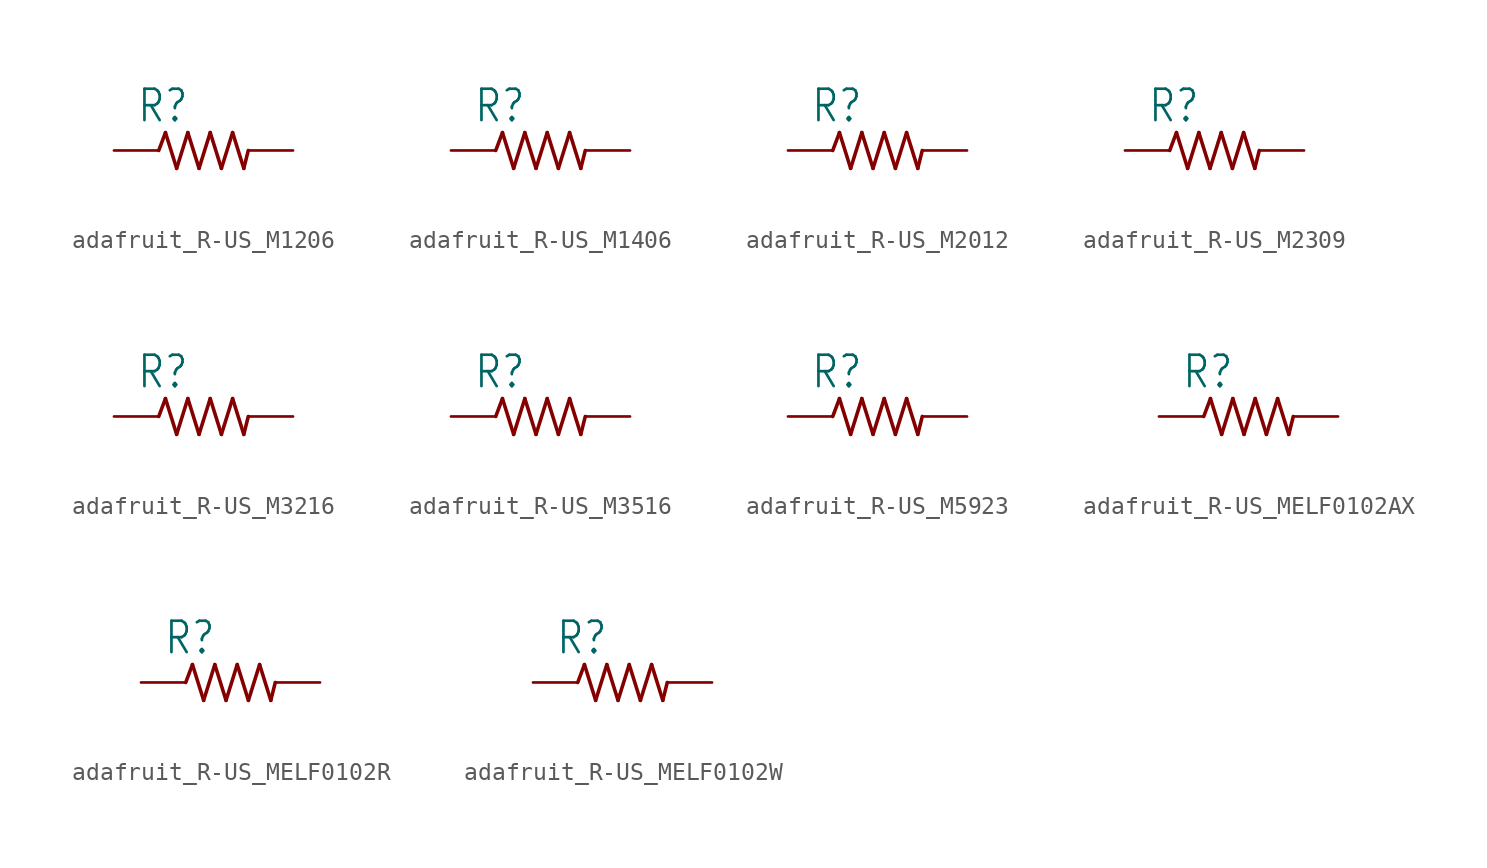
<source format=kicad_sym>
(kicad_symbol_lib
  (version 20220914)
  (generator kicad_symbol_editor)
  (symbol "adafruit_R-US_M1206"
    (property "Reference" "R"
      (at -3.81 1.499 0)
      (effects (font (size 1.778 1.511)) (justify left bottom)))
    (property "Value" ""
      (at -3.81 -3.302 0)
      (effects (font (size 1.778 1.511)) (justify left bottom)))
    (property "ki_locked" ""
      (at 0 0 0)
      (effects (font (size 1.27 1.27))))
    (symbol "adafruit_R-US_M1206_1_0"
      (polyline (pts (xy -2.54 0) (xy -2.159 1.016)) (stroke (width 0.203) (type solid)) (fill (type none)))
      (polyline (pts (xy -2.159 1.016) (xy -1.524 -1.016)) (stroke (width 0.203) (type solid)) (fill (type none)))
      (polyline (pts (xy -1.524 -1.016) (xy -0.889 1.016)) (stroke (width 0.203) (type solid)) (fill (type none)))
      (polyline (pts (xy -0.889 1.016) (xy -0.254 -1.016)) (stroke (width 0.203) (type solid)) (fill (type none)))
      (polyline (pts (xy -0.254 -1.016) (xy 0.381 1.016)) (stroke (width 0.203) (type solid)) (fill (type none)))
      (polyline (pts (xy 0.381 1.016) (xy 1.016 -1.016)) (stroke (width 0.203) (type solid)) (fill (type none)))
      (polyline (pts (xy 1.016 -1.016) (xy 1.651 1.016)) (stroke (width 0.203) (type solid)) (fill (type none)))
      (polyline (pts (xy 1.651 1.016) (xy 2.286 -1.016)) (stroke (width 0.203) (type solid)) (fill (type none)))
      (polyline (pts (xy 2.286 -1.016) (xy 2.54 0)) (stroke (width 0.203) (type solid)) (fill (type none)))
      (pin passive line (at -5.08 0 0) (length 2.54) (name "1" (effects (font (size 0 0)))) (number "1" (effects (font (size 0 0)))))
      (pin passive line (at 5.08 0 180) (length 2.54) (name "2" (effects (font (size 0 0)))) (number "2" (effects (font (size 0 0)))))))
  (symbol "adafruit_R-US_M1406"
    (property "Reference" "R"
      (at -3.81 1.499 0)
      (effects (font (size 1.778 1.511)) (justify left bottom)))
    (property "Value" ""
      (at -3.81 -3.302 0)
      (effects (font (size 1.778 1.511)) (justify left bottom)))
    (property "ki_locked" ""
      (at 0 0 0)
      (effects (font (size 1.27 1.27))))
    (symbol "adafruit_R-US_M1406_1_0"
      (polyline (pts (xy -2.54 0) (xy -2.159 1.016)) (stroke (width 0.203) (type solid)) (fill (type none)))
      (polyline (pts (xy -2.159 1.016) (xy -1.524 -1.016)) (stroke (width 0.203) (type solid)) (fill (type none)))
      (polyline (pts (xy -1.524 -1.016) (xy -0.889 1.016)) (stroke (width 0.203) (type solid)) (fill (type none)))
      (polyline (pts (xy -0.889 1.016) (xy -0.254 -1.016)) (stroke (width 0.203) (type solid)) (fill (type none)))
      (polyline (pts (xy -0.254 -1.016) (xy 0.381 1.016)) (stroke (width 0.203) (type solid)) (fill (type none)))
      (polyline (pts (xy 0.381 1.016) (xy 1.016 -1.016)) (stroke (width 0.203) (type solid)) (fill (type none)))
      (polyline (pts (xy 1.016 -1.016) (xy 1.651 1.016)) (stroke (width 0.203) (type solid)) (fill (type none)))
      (polyline (pts (xy 1.651 1.016) (xy 2.286 -1.016)) (stroke (width 0.203) (type solid)) (fill (type none)))
      (polyline (pts (xy 2.286 -1.016) (xy 2.54 0)) (stroke (width 0.203) (type solid)) (fill (type none)))
      (pin passive line (at -5.08 0 0) (length 2.54) (name "1" (effects (font (size 0 0)))) (number "1" (effects (font (size 0 0)))))
      (pin passive line (at 5.08 0 180) (length 2.54) (name "2" (effects (font (size 0 0)))) (number "2" (effects (font (size 0 0)))))))
  (symbol "adafruit_R-US_M2012"
    (property "Reference" "R"
      (at -3.81 1.499 0)
      (effects (font (size 1.778 1.511)) (justify left bottom)))
    (property "Value" ""
      (at -3.81 -3.302 0)
      (effects (font (size 1.778 1.511)) (justify left bottom)))
    (property "ki_locked" ""
      (at 0 0 0)
      (effects (font (size 1.27 1.27))))
    (symbol "adafruit_R-US_M2012_1_0"
      (polyline (pts (xy -2.54 0) (xy -2.159 1.016)) (stroke (width 0.203) (type solid)) (fill (type none)))
      (polyline (pts (xy -2.159 1.016) (xy -1.524 -1.016)) (stroke (width 0.203) (type solid)) (fill (type none)))
      (polyline (pts (xy -1.524 -1.016) (xy -0.889 1.016)) (stroke (width 0.203) (type solid)) (fill (type none)))
      (polyline (pts (xy -0.889 1.016) (xy -0.254 -1.016)) (stroke (width 0.203) (type solid)) (fill (type none)))
      (polyline (pts (xy -0.254 -1.016) (xy 0.381 1.016)) (stroke (width 0.203) (type solid)) (fill (type none)))
      (polyline (pts (xy 0.381 1.016) (xy 1.016 -1.016)) (stroke (width 0.203) (type solid)) (fill (type none)))
      (polyline (pts (xy 1.016 -1.016) (xy 1.651 1.016)) (stroke (width 0.203) (type solid)) (fill (type none)))
      (polyline (pts (xy 1.651 1.016) (xy 2.286 -1.016)) (stroke (width 0.203) (type solid)) (fill (type none)))
      (polyline (pts (xy 2.286 -1.016) (xy 2.54 0)) (stroke (width 0.203) (type solid)) (fill (type none)))
      (pin passive line (at -5.08 0 0) (length 2.54) (name "1" (effects (font (size 0 0)))) (number "1" (effects (font (size 0 0)))))
      (pin passive line (at 5.08 0 180) (length 2.54) (name "2" (effects (font (size 0 0)))) (number "2" (effects (font (size 0 0)))))))
  (symbol "adafruit_R-US_M2309"
    (property "Reference" "R"
      (at -3.81 1.499 0)
      (effects (font (size 1.778 1.511)) (justify left bottom)))
    (property "Value" ""
      (at -3.81 -3.302 0)
      (effects (font (size 1.778 1.511)) (justify left bottom)))
    (property "ki_locked" ""
      (at 0 0 0)
      (effects (font (size 1.27 1.27))))
    (symbol "adafruit_R-US_M2309_1_0"
      (polyline (pts (xy -2.54 0) (xy -2.159 1.016)) (stroke (width 0.203) (type solid)) (fill (type none)))
      (polyline (pts (xy -2.159 1.016) (xy -1.524 -1.016)) (stroke (width 0.203) (type solid)) (fill (type none)))
      (polyline (pts (xy -1.524 -1.016) (xy -0.889 1.016)) (stroke (width 0.203) (type solid)) (fill (type none)))
      (polyline (pts (xy -0.889 1.016) (xy -0.254 -1.016)) (stroke (width 0.203) (type solid)) (fill (type none)))
      (polyline (pts (xy -0.254 -1.016) (xy 0.381 1.016)) (stroke (width 0.203) (type solid)) (fill (type none)))
      (polyline (pts (xy 0.381 1.016) (xy 1.016 -1.016)) (stroke (width 0.203) (type solid)) (fill (type none)))
      (polyline (pts (xy 1.016 -1.016) (xy 1.651 1.016)) (stroke (width 0.203) (type solid)) (fill (type none)))
      (polyline (pts (xy 1.651 1.016) (xy 2.286 -1.016)) (stroke (width 0.203) (type solid)) (fill (type none)))
      (polyline (pts (xy 2.286 -1.016) (xy 2.54 0)) (stroke (width 0.203) (type solid)) (fill (type none)))
      (pin passive line (at -5.08 0 0) (length 2.54) (name "1" (effects (font (size 0 0)))) (number "1" (effects (font (size 0 0)))))
      (pin passive line (at 5.08 0 180) (length 2.54) (name "2" (effects (font (size 0 0)))) (number "2" (effects (font (size 0 0)))))))
  (symbol "adafruit_R-US_M3216"
    (property "Reference" "R"
      (at -3.81 1.499 0)
      (effects (font (size 1.778 1.511)) (justify left bottom)))
    (property "Value" ""
      (at -3.81 -3.302 0)
      (effects (font (size 1.778 1.511)) (justify left bottom)))
    (property "ki_locked" ""
      (at 0 0 0)
      (effects (font (size 1.27 1.27))))
    (symbol "adafruit_R-US_M3216_1_0"
      (polyline (pts (xy -2.54 0) (xy -2.159 1.016)) (stroke (width 0.203) (type solid)) (fill (type none)))
      (polyline (pts (xy -2.159 1.016) (xy -1.524 -1.016)) (stroke (width 0.203) (type solid)) (fill (type none)))
      (polyline (pts (xy -1.524 -1.016) (xy -0.889 1.016)) (stroke (width 0.203) (type solid)) (fill (type none)))
      (polyline (pts (xy -0.889 1.016) (xy -0.254 -1.016)) (stroke (width 0.203) (type solid)) (fill (type none)))
      (polyline (pts (xy -0.254 -1.016) (xy 0.381 1.016)) (stroke (width 0.203) (type solid)) (fill (type none)))
      (polyline (pts (xy 0.381 1.016) (xy 1.016 -1.016)) (stroke (width 0.203) (type solid)) (fill (type none)))
      (polyline (pts (xy 1.016 -1.016) (xy 1.651 1.016)) (stroke (width 0.203) (type solid)) (fill (type none)))
      (polyline (pts (xy 1.651 1.016) (xy 2.286 -1.016)) (stroke (width 0.203) (type solid)) (fill (type none)))
      (polyline (pts (xy 2.286 -1.016) (xy 2.54 0)) (stroke (width 0.203) (type solid)) (fill (type none)))
      (pin passive line (at -5.08 0 0) (length 2.54) (name "1" (effects (font (size 0 0)))) (number "1" (effects (font (size 0 0)))))
      (pin passive line (at 5.08 0 180) (length 2.54) (name "2" (effects (font (size 0 0)))) (number "2" (effects (font (size 0 0)))))))
  (symbol "adafruit_R-US_M3516"
    (property "Reference" "R"
      (at -3.81 1.499 0)
      (effects (font (size 1.778 1.511)) (justify left bottom)))
    (property "Value" ""
      (at -3.81 -3.302 0)
      (effects (font (size 1.778 1.511)) (justify left bottom)))
    (property "ki_locked" ""
      (at 0 0 0)
      (effects (font (size 1.27 1.27))))
    (symbol "adafruit_R-US_M3516_1_0"
      (polyline (pts (xy -2.54 0) (xy -2.159 1.016)) (stroke (width 0.203) (type solid)) (fill (type none)))
      (polyline (pts (xy -2.159 1.016) (xy -1.524 -1.016)) (stroke (width 0.203) (type solid)) (fill (type none)))
      (polyline (pts (xy -1.524 -1.016) (xy -0.889 1.016)) (stroke (width 0.203) (type solid)) (fill (type none)))
      (polyline (pts (xy -0.889 1.016) (xy -0.254 -1.016)) (stroke (width 0.203) (type solid)) (fill (type none)))
      (polyline (pts (xy -0.254 -1.016) (xy 0.381 1.016)) (stroke (width 0.203) (type solid)) (fill (type none)))
      (polyline (pts (xy 0.381 1.016) (xy 1.016 -1.016)) (stroke (width 0.203) (type solid)) (fill (type none)))
      (polyline (pts (xy 1.016 -1.016) (xy 1.651 1.016)) (stroke (width 0.203) (type solid)) (fill (type none)))
      (polyline (pts (xy 1.651 1.016) (xy 2.286 -1.016)) (stroke (width 0.203) (type solid)) (fill (type none)))
      (polyline (pts (xy 2.286 -1.016) (xy 2.54 0)) (stroke (width 0.203) (type solid)) (fill (type none)))
      (pin passive line (at -5.08 0 0) (length 2.54) (name "1" (effects (font (size 0 0)))) (number "1" (effects (font (size 0 0)))))
      (pin passive line (at 5.08 0 180) (length 2.54) (name "2" (effects (font (size 0 0)))) (number "2" (effects (font (size 0 0)))))))
  (symbol "adafruit_R-US_M5923"
    (property "Reference" "R"
      (at -3.81 1.499 0)
      (effects (font (size 1.778 1.511)) (justify left bottom)))
    (property "Value" ""
      (at -3.81 -3.302 0)
      (effects (font (size 1.778 1.511)) (justify left bottom)))
    (property "ki_locked" ""
      (at 0 0 0)
      (effects (font (size 1.27 1.27))))
    (symbol "adafruit_R-US_M5923_1_0"
      (polyline (pts (xy -2.54 0) (xy -2.159 1.016)) (stroke (width 0.203) (type solid)) (fill (type none)))
      (polyline (pts (xy -2.159 1.016) (xy -1.524 -1.016)) (stroke (width 0.203) (type solid)) (fill (type none)))
      (polyline (pts (xy -1.524 -1.016) (xy -0.889 1.016)) (stroke (width 0.203) (type solid)) (fill (type none)))
      (polyline (pts (xy -0.889 1.016) (xy -0.254 -1.016)) (stroke (width 0.203) (type solid)) (fill (type none)))
      (polyline (pts (xy -0.254 -1.016) (xy 0.381 1.016)) (stroke (width 0.203) (type solid)) (fill (type none)))
      (polyline (pts (xy 0.381 1.016) (xy 1.016 -1.016)) (stroke (width 0.203) (type solid)) (fill (type none)))
      (polyline (pts (xy 1.016 -1.016) (xy 1.651 1.016)) (stroke (width 0.203) (type solid)) (fill (type none)))
      (polyline (pts (xy 1.651 1.016) (xy 2.286 -1.016)) (stroke (width 0.203) (type solid)) (fill (type none)))
      (polyline (pts (xy 2.286 -1.016) (xy 2.54 0)) (stroke (width 0.203) (type solid)) (fill (type none)))
      (pin passive line (at -5.08 0 0) (length 2.54) (name "1" (effects (font (size 0 0)))) (number "1" (effects (font (size 0 0)))))
      (pin passive line (at 5.08 0 180) (length 2.54) (name "2" (effects (font (size 0 0)))) (number "2" (effects (font (size 0 0)))))))
  (symbol "adafruit_R-US_MELF0102AX"
    (property "Reference" "R"
      (at -3.81 1.499 0)
      (effects (font (size 1.778 1.511)) (justify left bottom)))
    (property "Value" ""
      (at -3.81 -3.302 0)
      (effects (font (size 1.778 1.511)) (justify left bottom)))
    (property "ki_locked" ""
      (at 0 0 0)
      (effects (font (size 1.27 1.27))))
    (symbol "adafruit_R-US_MELF0102AX_1_0"
      (polyline (pts (xy -2.54 0) (xy -2.159 1.016)) (stroke (width 0.203) (type solid)) (fill (type none)))
      (polyline (pts (xy -2.159 1.016) (xy -1.524 -1.016)) (stroke (width 0.203) (type solid)) (fill (type none)))
      (polyline (pts (xy -1.524 -1.016) (xy -0.889 1.016)) (stroke (width 0.203) (type solid)) (fill (type none)))
      (polyline (pts (xy -0.889 1.016) (xy -0.254 -1.016)) (stroke (width 0.203) (type solid)) (fill (type none)))
      (polyline (pts (xy -0.254 -1.016) (xy 0.381 1.016)) (stroke (width 0.203) (type solid)) (fill (type none)))
      (polyline (pts (xy 0.381 1.016) (xy 1.016 -1.016)) (stroke (width 0.203) (type solid)) (fill (type none)))
      (polyline (pts (xy 1.016 -1.016) (xy 1.651 1.016)) (stroke (width 0.203) (type solid)) (fill (type none)))
      (polyline (pts (xy 1.651 1.016) (xy 2.286 -1.016)) (stroke (width 0.203) (type solid)) (fill (type none)))
      (polyline (pts (xy 2.286 -1.016) (xy 2.54 0)) (stroke (width 0.203) (type solid)) (fill (type none)))
      (pin passive line (at -5.08 0 0) (length 2.54) (name "1" (effects (font (size 0 0)))) (number "1" (effects (font (size 0 0)))))
      (pin passive line (at 5.08 0 180) (length 2.54) (name "2" (effects (font (size 0 0)))) (number "2" (effects (font (size 0 0)))))))
  (symbol "adafruit_R-US_MELF0102R"
    (property "Reference" "R"
      (at -3.81 1.499 0)
      (effects (font (size 1.778 1.511)) (justify left bottom)))
    (property "Value" ""
      (at -3.81 -3.302 0)
      (effects (font (size 1.778 1.511)) (justify left bottom)))
    (property "ki_locked" ""
      (at 0 0 0)
      (effects (font (size 1.27 1.27))))
    (symbol "adafruit_R-US_MELF0102R_1_0"
      (polyline (pts (xy -2.54 0) (xy -2.159 1.016)) (stroke (width 0.203) (type solid)) (fill (type none)))
      (polyline (pts (xy -2.159 1.016) (xy -1.524 -1.016)) (stroke (width 0.203) (type solid)) (fill (type none)))
      (polyline (pts (xy -1.524 -1.016) (xy -0.889 1.016)) (stroke (width 0.203) (type solid)) (fill (type none)))
      (polyline (pts (xy -0.889 1.016) (xy -0.254 -1.016)) (stroke (width 0.203) (type solid)) (fill (type none)))
      (polyline (pts (xy -0.254 -1.016) (xy 0.381 1.016)) (stroke (width 0.203) (type solid)) (fill (type none)))
      (polyline (pts (xy 0.381 1.016) (xy 1.016 -1.016)) (stroke (width 0.203) (type solid)) (fill (type none)))
      (polyline (pts (xy 1.016 -1.016) (xy 1.651 1.016)) (stroke (width 0.203) (type solid)) (fill (type none)))
      (polyline (pts (xy 1.651 1.016) (xy 2.286 -1.016)) (stroke (width 0.203) (type solid)) (fill (type none)))
      (polyline (pts (xy 2.286 -1.016) (xy 2.54 0)) (stroke (width 0.203) (type solid)) (fill (type none)))
      (pin passive line (at -5.08 0 0) (length 2.54) (name "1" (effects (font (size 0 0)))) (number "1" (effects (font (size 0 0)))))
      (pin passive line (at 5.08 0 180) (length 2.54) (name "2" (effects (font (size 0 0)))) (number "2" (effects (font (size 0 0)))))))
  (symbol "adafruit_R-US_MELF0102W"
    (property "Reference" "R"
      (at -3.81 1.499 0)
      (effects (font (size 1.778 1.511)) (justify left bottom)))
    (property "Value" ""
      (at -3.81 -3.302 0)
      (effects (font (size 1.778 1.511)) (justify left bottom)))
    (property "ki_locked" ""
      (at 0 0 0)
      (effects (font (size 1.27 1.27))))
    (symbol "adafruit_R-US_MELF0102W_1_0"
      (polyline (pts (xy -2.54 0) (xy -2.159 1.016)) (stroke (width 0.203) (type solid)) (fill (type none)))
      (polyline (pts (xy -2.159 1.016) (xy -1.524 -1.016)) (stroke (width 0.203) (type solid)) (fill (type none)))
      (polyline (pts (xy -1.524 -1.016) (xy -0.889 1.016)) (stroke (width 0.203) (type solid)) (fill (type none)))
      (polyline (pts (xy -0.889 1.016) (xy -0.254 -1.016)) (stroke (width 0.203) (type solid)) (fill (type none)))
      (polyline (pts (xy -0.254 -1.016) (xy 0.381 1.016)) (stroke (width 0.203) (type solid)) (fill (type none)))
      (polyline (pts (xy 0.381 1.016) (xy 1.016 -1.016)) (stroke (width 0.203) (type solid)) (fill (type none)))
      (polyline (pts (xy 1.016 -1.016) (xy 1.651 1.016)) (stroke (width 0.203) (type solid)) (fill (type none)))
      (polyline (pts (xy 1.651 1.016) (xy 2.286 -1.016)) (stroke (width 0.203) (type solid)) (fill (type none)))
      (polyline (pts (xy 2.286 -1.016) (xy 2.54 0)) (stroke (width 0.203) (type solid)) (fill (type none)))
      (pin passive line (at -5.08 0 0) (length 2.54) (name "1" (effects (font (size 0 0)))) (number "1" (effects (font (size 0 0)))))
      (pin passive line (at 5.08 0 180) (length 2.54) (name "2" (effects (font (size 0 0)))) (number "2" (effects (font (size 0 0))))))))
</source>
